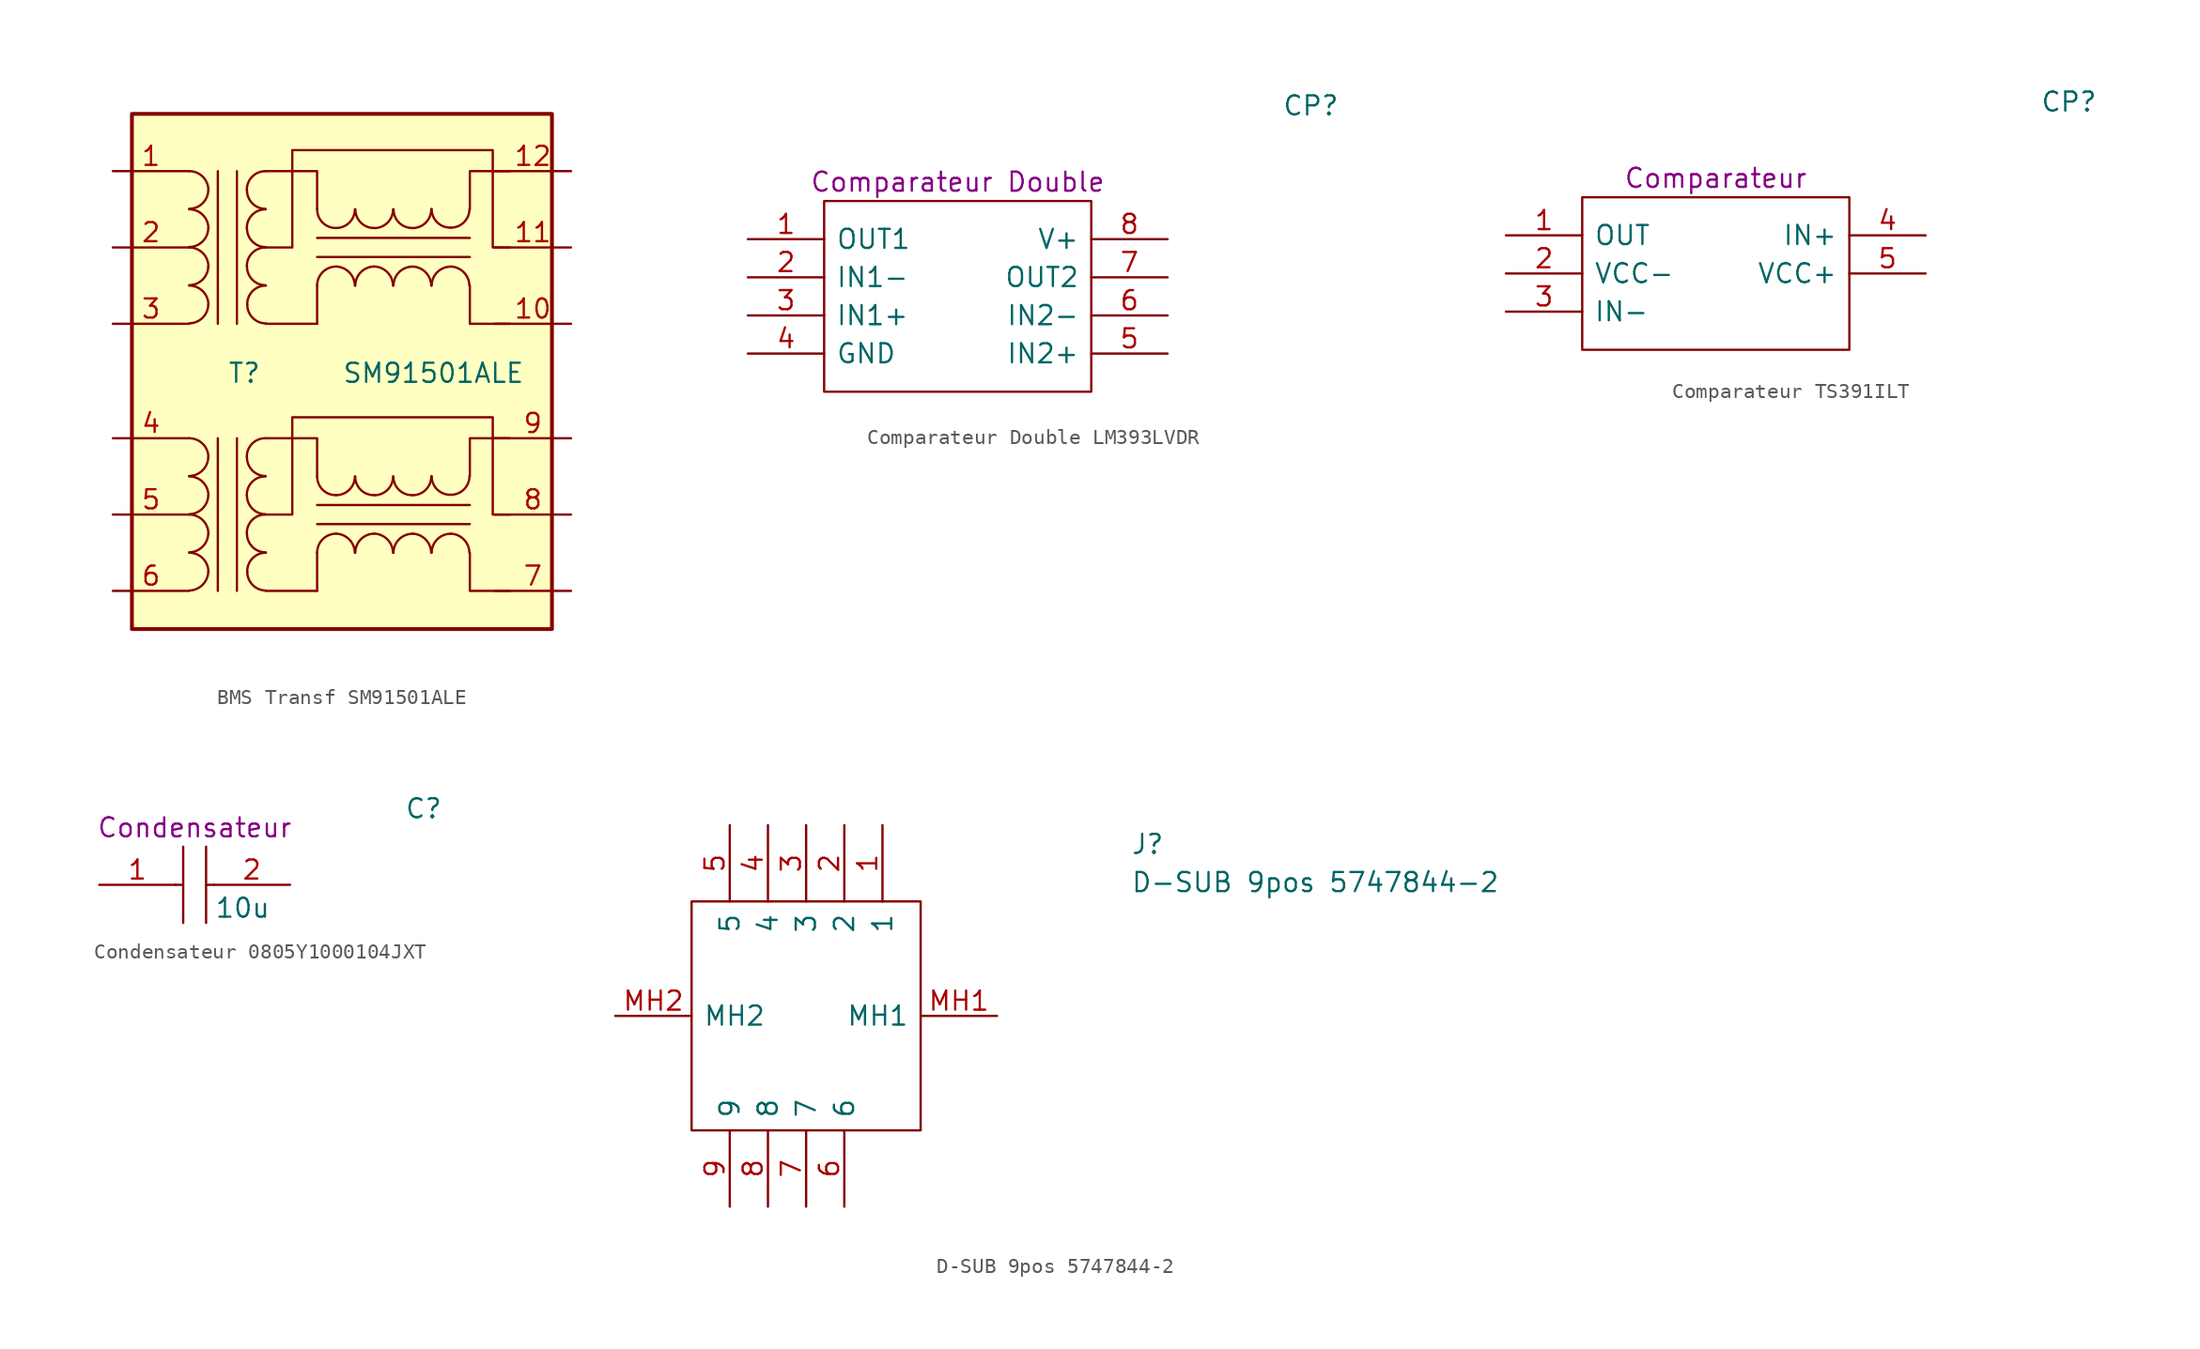
<source format=kicad_sym>
(kicad_symbol_lib
  (version 20220914)
  (generator kicad_symbol_editor)
  (symbol "BMS Transf SM91501ALE"
    (pin_names hide)
    (property "Reference" "T"
      (at 12.7 25.4 0)
      (effects (font (size 1.27 1.27)) (justify left top)))
    (property "Value" "SM91501ALE"
      (at 20.32 25.4 0)
      (effects (font (size 1.27 1.27)) (justify left top)))
    (symbol "BMS Transf SM91501ALE_0_1"
      (polyline (pts (xy 12.065 20.32) (xy 12.065 10.16)) (stroke (width 0) (type default)) (fill (type none)))
      (polyline (pts (xy 12.065 38.1) (xy 12.065 27.94)) (stroke (width 0) (type default)) (fill (type none)))
      (polyline (pts (xy 13.335 10.16) (xy 13.335 20.32)) (stroke (width 0) (type default)) (fill (type none)))
      (polyline (pts (xy 13.335 27.94) (xy 13.335 38.1)) (stroke (width 0) (type default)) (fill (type none)))
      (polyline (pts (xy 18.669 10.16) (xy 15.24 10.16)) (stroke (width 0) (type default)) (fill (type none)))
      (polyline (pts (xy 18.669 12.7) (xy 18.669 10.16)) (stroke (width 0) (type default)) (fill (type none)))
      (polyline (pts (xy 18.669 14.605) (xy 28.829 14.605)) (stroke (width 0) (type default)) (fill (type none)))
      (polyline (pts (xy 18.669 27.94) (xy 15.24 27.94)) (stroke (width 0) (type default)) (fill (type none)))
      (polyline (pts (xy 18.669 30.48) (xy 18.669 27.94)) (stroke (width 0) (type default)) (fill (type none)))
      (polyline (pts (xy 18.669 32.385) (xy 28.829 32.385)) (stroke (width 0) (type default)) (fill (type none)))
      (polyline (pts (xy 28.829 15.875) (xy 18.669 15.875)) (stroke (width 0) (type default)) (fill (type none)))
      (polyline (pts (xy 28.829 33.655) (xy 18.669 33.655)) (stroke (width 0) (type default)) (fill (type none)))
      (polyline (pts (xy 15.24 20.32) (xy 18.669 20.32) (xy 18.669 17.78)) (stroke (width 0) (type default)) (fill (type none)))
      (polyline (pts (xy 15.24 38.1) (xy 18.669 38.1) (xy 18.669 35.56)) (stroke (width 0) (type default)) (fill (type none)))
      (polyline (pts (xy 28.829 12.7) (xy 28.829 10.16) (xy 31.496 10.16)) (stroke (width 0) (type default)) (fill (type none)))
      (polyline (pts (xy 28.829 17.78) (xy 28.829 20.32) (xy 31.496 20.32)) (stroke (width 0) (type default)) (fill (type none)))
      (polyline (pts (xy 28.829 30.48) (xy 28.829 27.94) (xy 31.496 27.94)) (stroke (width 0) (type default)) (fill (type none)))
      (polyline (pts (xy 28.829 35.56) (xy 28.829 38.1) (xy 31.496 38.1)) (stroke (width 0) (type default)) (fill (type none)))
      (polyline (pts (xy 15.24 15.24) (xy 17.018 15.24) (xy 17.018 21.717) (xy 30.353 21.717) (xy 30.353 15.24) (xy 31.496 15.24)) (stroke (width 0) (type default)) (fill (type none)))
      (polyline (pts (xy 15.24 33.02) (xy 17.018 33.02) (xy 17.018 39.497) (xy 30.353 39.497) (xy 30.353 33.02) (xy 31.496 33.02)) (stroke (width 0) (type default)) (fill (type none)))
      (arc (start 10.16 10.1854) (mid 11.0438 10.5541) (end 11.43 11.43) (stroke (width 0) (type default)) (fill (type none)))
      (arc (start 10.16 12.7254) (mid 11.0438 13.0941) (end 11.43 13.97) (stroke (width 0) (type default)) (fill (type none)))
      (arc (start 10.16 15.2654) (mid 11.0438 15.6341) (end 11.43 16.51) (stroke (width 0) (type default)) (fill (type none)))
      (arc (start 10.16 17.8054) (mid 11.0438 18.1741) (end 11.43 19.05) (stroke (width 0) (type default)) (fill (type none)))
      (arc (start 10.16 27.9654) (mid 11.0439 28.3337) (end 11.43 29.21) (stroke (width 0) (type default)) (fill (type none)))
      (arc (start 10.16 30.5054) (mid 11.0439 30.8737) (end 11.43 31.75) (stroke (width 0) (type default)) (fill (type none)))
      (arc (start 10.16 33.0454) (mid 11.0439 33.4137) (end 11.43 34.29) (stroke (width 0) (type default)) (fill (type none)))
      (arc (start 10.16 35.5854) (mid 11.0439 35.9537) (end 11.43 36.83) (stroke (width 0) (type default)) (fill (type none)))
      (arc (start 11.43 11.43) (mid 11.058 12.328) (end 10.16 12.7) (stroke (width 0) (type default)) (fill (type none)))
      (arc (start 11.43 13.97) (mid 11.058 14.868) (end 10.16 15.24) (stroke (width 0) (type default)) (fill (type none)))
      (arc (start 11.43 16.51) (mid 11.058 17.408) (end 10.16 17.78) (stroke (width 0) (type default)) (fill (type none)))
      (arc (start 11.43 19.05) (mid 11.058 19.948) (end 10.16 20.32) (stroke (width 0) (type default)) (fill (type none)))
      (arc (start 11.43 29.21) (mid 11.058 30.108) (end 10.16 30.48) (stroke (width 0) (type default)) (fill (type none)))
      (arc (start 11.43 31.75) (mid 11.058 32.648) (end 10.16 33.02) (stroke (width 0) (type default)) (fill (type none)))
      (arc (start 11.43 34.29) (mid 11.058 35.188) (end 10.16 35.56) (stroke (width 0) (type default)) (fill (type none)))
      (arc (start 11.43 36.83) (mid 11.058 37.728) (end 10.16 38.1) (stroke (width 0) (type default)) (fill (type none)))
      (arc (start 13.9954 13.97) (mid 14.3599 13.0899) (end 15.24 12.7254) (stroke (width 0) (type default)) (fill (type none)))
      (arc (start 13.9954 16.51) (mid 14.3599 15.6299) (end 15.24 15.2654) (stroke (width 0) (type default)) (fill (type none)))
      (arc (start 13.9954 19.05) (mid 14.3599 18.1699) (end 15.24 17.8054) (stroke (width 0) (type default)) (fill (type none)))
      (arc (start 13.9954 31.75) (mid 14.3599 30.8699) (end 15.24 30.5054) (stroke (width 0) (type default)) (fill (type none)))
      (arc (start 13.9954 34.29) (mid 14.3599 33.4099) (end 15.24 33.0454) (stroke (width 0) (type default)) (fill (type none)))
      (arc (start 13.9954 36.83) (mid 14.3599 35.9499) (end 15.24 35.5854) (stroke (width 0) (type default)) (fill (type none)))
      (arc (start 14.0208 11.43) (mid 14.3853 10.5497) (end 15.2654 10.1854) (stroke (width 0) (type default)) (fill (type none)))
      (arc (start 14.0208 29.21) (mid 14.3854 28.3301) (end 15.2654 27.9654) (stroke (width 0) (type default)) (fill (type none)))
      (arc (start 15.24 15.24) (mid 14.3419 14.8729) (end 13.9954 13.97) (stroke (width 0) (type default)) (fill (type none)))
      (arc (start 15.24 17.78) (mid 14.3419 17.4129) (end 13.9954 16.51) (stroke (width 0) (type default)) (fill (type none)))
      (arc (start 15.24 20.32) (mid 14.3419 19.9529) (end 13.9954 19.05) (stroke (width 0) (type default)) (fill (type none)))
      (arc (start 15.24 33.02) (mid 14.3458 32.6515) (end 13.9954 31.75) (stroke (width 0) (type default)) (fill (type none)))
      (arc (start 15.24 35.56) (mid 14.3458 35.1915) (end 13.9954 34.29) (stroke (width 0) (type default)) (fill (type none)))
      (arc (start 15.24 38.1) (mid 14.3458 37.7315) (end 13.9954 36.83) (stroke (width 0) (type default)) (fill (type none)))
      (arc (start 15.2654 12.7) (mid 14.3741 12.3307) (end 14.0208 11.43) (stroke (width 0) (type default)) (fill (type none)))
      (arc (start 15.2654 30.48) (mid 14.3709 30.1117) (end 14.0208 29.21) (stroke (width 0) (type default)) (fill (type none)))
      (arc (start 18.669 17.78) (mid 19.0387 16.8874) (end 19.939 16.5354) (stroke (width 0) (type default)) (fill (type none)))
      (arc (start 18.669 35.56) (mid 19.0384 34.6671) (end 19.939 34.3154) (stroke (width 0) (type default)) (fill (type none)))
      (arc (start 19.939 13.97) (mid 19.0406 13.5979) (end 18.669 12.7) (stroke (width 0) (type default)) (fill (type none)))
      (arc (start 19.939 16.5354) (mid 20.8186 16.8998) (end 21.1836 17.78) (stroke (width 0) (type default)) (fill (type none)))
      (arc (start 19.939 31.75) (mid 19.041 31.378) (end 18.669 30.48) (stroke (width 0) (type default)) (fill (type none)))
      (arc (start 19.939 34.3154) (mid 20.8191 34.6799) (end 21.1836 35.56) (stroke (width 0) (type default)) (fill (type none)))
      (arc (start 21.1836 12.7) (mid 20.8154 13.584) (end 19.939 13.97) (stroke (width 0) (type default)) (fill (type none)))
      (arc (start 21.1836 30.48) (mid 20.8154 31.364) (end 19.939 31.75) (stroke (width 0) (type default)) (fill (type none)))
      (arc (start 21.209 17.78) (mid 21.5787 16.8874) (end 22.479 16.5354) (stroke (width 0) (type default)) (fill (type none)))
      (arc (start 21.209 35.56) (mid 21.5784 34.6671) (end 22.479 34.3154) (stroke (width 0) (type default)) (fill (type none)))
      (arc (start 22.479 13.97) (mid 21.5806 13.5979) (end 21.209 12.7) (stroke (width 0) (type default)) (fill (type none)))
      (arc (start 22.479 16.5354) (mid 23.3586 16.8998) (end 23.7236 17.78) (stroke (width 0) (type default)) (fill (type none)))
      (arc (start 22.479 31.75) (mid 21.581 31.378) (end 21.209 30.48) (stroke (width 0) (type default)) (fill (type none)))
      (arc (start 22.479 34.3154) (mid 23.3591 34.6799) (end 23.7236 35.56) (stroke (width 0) (type default)) (fill (type none)))
      (arc (start 23.7236 12.7) (mid 23.3554 13.584) (end 22.479 13.97) (stroke (width 0) (type default)) (fill (type none)))
      (arc (start 23.7236 30.48) (mid 23.3554 31.364) (end 22.479 31.75) (stroke (width 0) (type default)) (fill (type none)))
      (arc (start 23.749 17.78) (mid 24.1187 16.8874) (end 25.019 16.5354) (stroke (width 0) (type default)) (fill (type none)))
      (arc (start 23.749 35.56) (mid 24.1184 34.6671) (end 25.019 34.3154) (stroke (width 0) (type default)) (fill (type none)))
      (arc (start 25.019 13.97) (mid 24.1206 13.5979) (end 23.749 12.7) (stroke (width 0) (type default)) (fill (type none)))
      (arc (start 25.019 16.5354) (mid 25.8986 16.8998) (end 26.2636 17.78) (stroke (width 0) (type default)) (fill (type none)))
      (arc (start 25.019 31.75) (mid 24.121 31.378) (end 23.749 30.48) (stroke (width 0) (type default)) (fill (type none)))
      (arc (start 25.019 34.3154) (mid 25.8991 34.6799) (end 26.2636 35.56) (stroke (width 0) (type default)) (fill (type none)))
      (arc (start 26.2636 12.7) (mid 25.8954 13.584) (end 25.019 13.97) (stroke (width 0) (type default)) (fill (type none)))
      (arc (start 26.2636 30.48) (mid 25.8954 31.364) (end 25.019 31.75) (stroke (width 0) (type default)) (fill (type none)))
      (arc (start 26.289 17.8054) (mid 26.6558 16.9094) (end 27.559 16.5608) (stroke (width 0) (type default)) (fill (type none)))
      (arc (start 26.289 35.5854) (mid 26.6565 34.6888) (end 27.559 34.3408) (stroke (width 0) (type default)) (fill (type none)))
      (arc (start 27.559 13.97) (mid 26.6606 13.5979) (end 26.289 12.7) (stroke (width 0) (type default)) (fill (type none)))
      (arc (start 27.559 16.5608) (mid 28.4403 16.9249) (end 28.8036 17.8054) (stroke (width 0) (type default)) (fill (type none)))
      (arc (start 27.559 31.75) (mid 26.661 31.378) (end 26.289 30.48) (stroke (width 0) (type default)) (fill (type none)))
      (arc (start 27.559 34.3408) (mid 28.4393 34.7053) (end 28.8036 35.5854) (stroke (width 0) (type default)) (fill (type none)))
      (arc (start 28.8036 12.7) (mid 28.4354 13.584) (end 27.559 13.97) (stroke (width 0) (type default)) (fill (type none)))
      (arc (start 28.8036 30.48) (mid 28.4354 31.364) (end 27.559 31.75) (stroke (width 0) (type default)) (fill (type none))))
    (symbol "BMS Transf SM91501ALE_1_1"
      (rectangle (start 6.35 41.91) (end 34.29 7.62) (stroke (width 0.254) (type default)) (fill (type background)))
      (pin passive line (at 5.08 38.1 0) (length 5.08) (name "PRI1_1" (effects (font (size 1.27 1.27)))) (number "1" (effects (font (size 1.27 1.27)))))
      (pin passive line (at 35.56 27.94 180) (length 5.08) (name "SEC1_1" (effects (font (size 1.27 1.27)))) (number "10" (effects (font (size 1.27 1.27)))))
      (pin passive line (at 35.56 33.02 180) (length 5.08) (name "SEC1_2" (effects (font (size 1.27 1.27)))) (number "11" (effects (font (size 1.27 1.27)))))
      (pin passive line (at 35.56 38.1 180) (length 5.08) (name "SEC1_3" (effects (font (size 1.27 1.27)))) (number "12" (effects (font (size 1.27 1.27)))))
      (pin passive line (at 5.08 33.02 0) (length 5.08) (name "PRI1_2" (effects (font (size 1.27 1.27)))) (number "2" (effects (font (size 1.27 1.27)))))
      (pin passive line (at 5.08 27.94 0) (length 5.08) (name "PRI1_3" (effects (font (size 1.27 1.27)))) (number "3" (effects (font (size 1.27 1.27)))))
      (pin passive line (at 5.08 20.32 0) (length 5.08) (name "PRI2_1" (effects (font (size 1.27 1.27)))) (number "4" (effects (font (size 1.27 1.27)))))
      (pin passive line (at 5.08 15.24 0) (length 5.08) (name "PRI2_2" (effects (font (size 1.27 1.27)))) (number "5" (effects (font (size 1.27 1.27)))))
      (pin passive line (at 5.08 10.16 0) (length 5.08) (name "PRI2_3" (effects (font (size 1.27 1.27)))) (number "6" (effects (font (size 1.27 1.27)))))
      (pin passive line (at 35.56 10.16 180) (length 5.08) (name "SEC2_1" (effects (font (size 1.27 1.27)))) (number "7" (effects (font (size 1.27 1.27)))))
      (pin passive line (at 35.56 15.24 180) (length 5.08) (name "SEC2_2" (effects (font (size 1.27 1.27)))) (number "8" (effects (font (size 1.27 1.27)))))
      (pin passive line (at 35.56 20.32 180) (length 5.08) (name "SEC2_3" (effects (font (size 1.27 1.27)))) (number "9" (effects (font (size 1.27 1.27)))))))
  (symbol "Comparateur Double LM393LVDR"
    (pin_names
      (offset 0.762))
    (property "Reference" "CP"
      (at 35.56 8.89 0)
      (effects (font (size 1.27 1.27)) (justify left)))
    (property "Render Name" "Comparateur Double"
      (at 13.97 3.81 0)
      (effects (font (size 1.27 1.27))))
    (symbol "Comparateur Double LM393LVDR_0_0"
      (pin passive line (at 0 0 0) (length 5.08) (name "OUT1" (effects (font (size 1.27 1.27)))) (number "1" (effects (font (size 1.27 1.27)))))
      (pin passive line (at 0 -2.54 0) (length 5.08) (name "IN1-" (effects (font (size 1.27 1.27)))) (number "2" (effects (font (size 1.27 1.27)))))
      (pin passive line (at 0 -5.08 0) (length 5.08) (name "IN1+" (effects (font (size 1.27 1.27)))) (number "3" (effects (font (size 1.27 1.27)))))
      (pin passive line (at 0 -7.62 0) (length 5.08) (name "GND" (effects (font (size 1.27 1.27)))) (number "4" (effects (font (size 1.27 1.27)))))
      (pin passive line (at 27.94 -7.62 180) (length 5.08) (name "IN2+" (effects (font (size 1.27 1.27)))) (number "5" (effects (font (size 1.27 1.27)))))
      (pin passive line (at 27.94 -5.08 180) (length 5.08) (name "IN2-" (effects (font (size 1.27 1.27)))) (number "6" (effects (font (size 1.27 1.27)))))
      (pin passive line (at 27.94 -2.54 180) (length 5.08) (name "OUT2" (effects (font (size 1.27 1.27)))) (number "7" (effects (font (size 1.27 1.27)))))
      (pin passive line (at 27.94 0 180) (length 5.08) (name "V+" (effects (font (size 1.27 1.27)))) (number "8" (effects (font (size 1.27 1.27))))))
    (symbol "Comparateur Double LM393LVDR_0_1"
      (polyline (pts (xy 5.08 2.54) (xy 22.86 2.54) (xy 22.86 -10.16) (xy 5.08 -10.16) (xy 5.08 2.54)) (stroke (width 0.152) (type default)) (fill (type none)))))
  (symbol "Comparateur TS391ILT"
    (pin_names
      (offset 0.762))
    (property "Reference" "CP"
      (at 35.56 8.89 0)
      (effects (font (size 1.27 1.27)) (justify left)))
    (property "Render Name" "Comparateur"
      (at 13.97 3.81 0)
      (effects (font (size 1.27 1.27))))
    (symbol "Comparateur TS391ILT_0_0"
      (pin passive line (at 0 0 0) (length 5.08) (name "OUT" (effects (font (size 1.27 1.27)))) (number "1" (effects (font (size 1.27 1.27)))))
      (pin passive line (at 0 -2.54 0) (length 5.08) (name "VCC-" (effects (font (size 1.27 1.27)))) (number "2" (effects (font (size 1.27 1.27)))))
      (pin passive line (at 0 -5.08 0) (length 5.08) (name "IN-" (effects (font (size 1.27 1.27)))) (number "3" (effects (font (size 1.27 1.27)))))
      (pin passive line (at 27.94 0 180) (length 5.08) (name "IN+" (effects (font (size 1.27 1.27)))) (number "4" (effects (font (size 1.27 1.27)))))
      (pin passive line (at 27.94 -2.54 180) (length 5.08) (name "VCC+" (effects (font (size 1.27 1.27)))) (number "5" (effects (font (size 1.27 1.27))))))
    (symbol "Comparateur TS391ILT_0_1"
      (polyline (pts (xy 5.08 2.54) (xy 22.86 2.54) (xy 22.86 -7.62) (xy 5.08 -7.62) (xy 5.08 2.54)) (stroke (width 0.152) (type default)) (fill (type none)))))
  (symbol "Condensateur 0805Y1000104JXT"
    (pin_names
      (offset 0.762))
    (property "Reference" "C"
      (at 20.32 5.08 0)
      (effects (font (size 1.27 1.27)) (justify left)))
    (property "Value" "10u"
      (at 11.43 -2.286 0)
      (effects (font (size 1.27 1.27)) (justify right bottom)))
    (property "Render Name" "Condensateur"
      (at 6.35 3.81 0)
      (effects (font (size 1.27 1.27))))
    (symbol "Condensateur 0805Y1000104JXT_0_0"
      (pin passive line (at 0 0 0) (length 5.08) (name "~" (effects (font (size 1.27 1.27)))) (number "1" (effects (font (size 1.27 1.27)))))
      (pin passive line (at 12.7 0 180) (length 5.08) (name "~" (effects (font (size 1.27 1.27)))) (number "2" (effects (font (size 1.27 1.27))))))
    (symbol "Condensateur 0805Y1000104JXT_0_1"
      (polyline (pts (xy 5.08 0) (xy 5.588 0)) (stroke (width 0.152) (type default)) (fill (type none)))
      (polyline (pts (xy 5.588 2.54) (xy 5.588 -2.54)) (stroke (width 0.152) (type default)) (fill (type none)))
      (polyline (pts (xy 7.112 0) (xy 7.62 0)) (stroke (width 0.152) (type default)) (fill (type none)))
      (polyline (pts (xy 7.112 2.54) (xy 7.112 -2.54)) (stroke (width 0.152) (type default)) (fill (type none)))))
  (symbol "D-SUB 9pos 5747844-2"
    (pin_names
      (offset 0.762))
    (property "Reference" "J"
      (at 34.29 11.43 0)
      (effects (font (size 1.27 1.27)) (justify left)))
    (property "Value" "D-SUB 9pos 5747844-2"
      (at 34.29 8.89 0)
      (effects (font (size 1.27 1.27)) (justify left)))
    (symbol "D-SUB 9pos 5747844-2_0_0"
      (pin passive line (at 17.78 12.7 270) (length 5.08) (name "1" (effects (font (size 1.27 1.27)))) (number "1" (effects (font (size 1.27 1.27)))))
      (pin passive line (at 15.24 12.7 270) (length 5.08) (name "2" (effects (font (size 1.27 1.27)))) (number "2" (effects (font (size 1.27 1.27)))))
      (pin passive line (at 12.7 12.7 270) (length 5.08) (name "3" (effects (font (size 1.27 1.27)))) (number "3" (effects (font (size 1.27 1.27)))))
      (pin passive line (at 10.16 12.7 270) (length 5.08) (name "4" (effects (font (size 1.27 1.27)))) (number "4" (effects (font (size 1.27 1.27)))))
      (pin passive line (at 7.62 12.7 270) (length 5.08) (name "5" (effects (font (size 1.27 1.27)))) (number "5" (effects (font (size 1.27 1.27)))))
      (pin passive line (at 15.24 -12.7 90) (length 5.08) (name "6" (effects (font (size 1.27 1.27)))) (number "6" (effects (font (size 1.27 1.27)))))
      (pin passive line (at 12.7 -12.7 90) (length 5.08) (name "7" (effects (font (size 1.27 1.27)))) (number "7" (effects (font (size 1.27 1.27)))))
      (pin passive line (at 10.16 -12.7 90) (length 5.08) (name "8" (effects (font (size 1.27 1.27)))) (number "8" (effects (font (size 1.27 1.27)))))
      (pin passive line (at 7.62 -12.7 90) (length 5.08) (name "9" (effects (font (size 1.27 1.27)))) (number "9" (effects (font (size 1.27 1.27)))))
      (pin passive line (at 25.4 0 180) (length 5.08) (name "MH1" (effects (font (size 1.27 1.27)))) (number "MH1" (effects (font (size 1.27 1.27)))))
      (pin passive line (at 0 0 0) (length 5.08) (name "MH2" (effects (font (size 1.27 1.27)))) (number "MH2" (effects (font (size 1.27 1.27))))))
    (symbol "D-SUB 9pos 5747844-2_0_1"
      (polyline (pts (xy 5.08 7.62) (xy 20.32 7.62) (xy 20.32 -7.62) (xy 5.08 -7.62) (xy 5.08 7.62)) (stroke (width 0.152) (type default)) (fill (type none))))))
</source>
